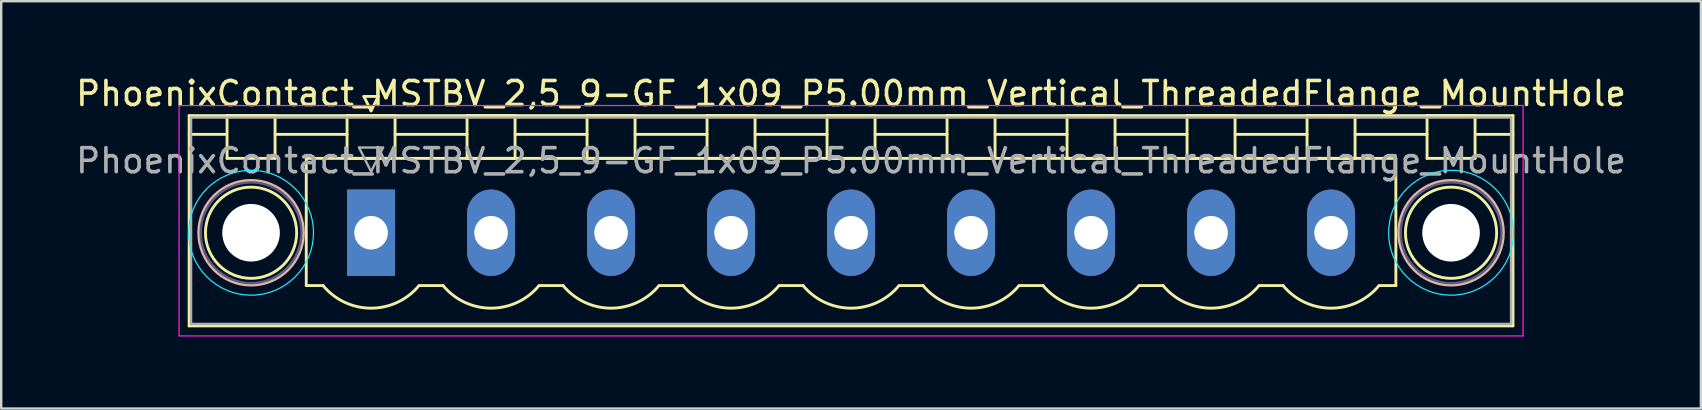
<source format=kicad_pcb>
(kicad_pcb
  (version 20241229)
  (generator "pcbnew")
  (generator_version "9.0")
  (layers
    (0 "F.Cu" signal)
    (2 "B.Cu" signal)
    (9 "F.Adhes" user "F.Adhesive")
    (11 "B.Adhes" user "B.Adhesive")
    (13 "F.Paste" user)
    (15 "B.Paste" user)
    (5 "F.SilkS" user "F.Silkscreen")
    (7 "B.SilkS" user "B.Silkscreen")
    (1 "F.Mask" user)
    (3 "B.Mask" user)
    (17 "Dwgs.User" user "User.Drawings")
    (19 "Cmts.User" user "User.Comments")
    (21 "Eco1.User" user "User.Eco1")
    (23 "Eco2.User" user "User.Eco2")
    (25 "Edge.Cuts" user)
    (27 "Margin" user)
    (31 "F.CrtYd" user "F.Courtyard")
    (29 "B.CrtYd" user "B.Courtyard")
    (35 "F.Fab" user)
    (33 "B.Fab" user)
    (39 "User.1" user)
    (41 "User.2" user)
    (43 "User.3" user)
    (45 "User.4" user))
  (footprint "PhoenixContact_MSTBV_2,5_9-GF_1x09_P5.00mm_Vertical_ThreadedFlange_MountHole"
    (layer "F.Cu")
    (at 12.411 6.648)
    (property "Reference" "PhoenixContact_MSTBV_2,5_9-GF_1x09_P5.00mm_Vertical_ThreadedFlange_MountHole" (at 20 -5.8 0) (layer "F.SilkS") (effects (font (size 1 1) (thickness 0.15))))
    (attr through_hole)
    (fp_line (start -7.58 -4.88) (end -7.58 3.88) (stroke (width 0.12) (type solid)) (layer "F.SilkS"))
    (fp_line (start -7.58 -4.1) (end -6.08 -4.1) (stroke (width 0.12) (type solid)) (layer "F.SilkS"))
    (fp_line (start -7.58 3.88) (end 47.58 3.88) (stroke (width 0.12) (type solid)) (layer "F.SilkS"))
    (fp_line (start -6 -4.88) (end -4 -4.88) (stroke (width 0.12) (type solid)) (layer "F.SilkS"))
    (fp_line (start -6 -3.1) (end -6 -4.88) (stroke (width 0.12) (type solid)) (layer "F.SilkS"))
    (fp_line (start -4 -4.88) (end -4 -3.1) (stroke (width 0.12) (type solid)) (layer "F.SilkS"))
    (fp_line (start -4 -4.1) (end -1 -4.1) (stroke (width 0.12) (type solid)) (layer "F.SilkS"))
    (fp_line (start -4 -3.1) (end -6 -3.1) (stroke (width 0.12) (type solid)) (layer "F.SilkS"))
    (fp_line (start -2.7 -3.1) (end 42.7 -3.1) (stroke (width 0.12) (type solid)) (layer "F.SilkS"))
    (fp_line (start -2.7 2.2) (end -2.7 -3.1) (stroke (width 0.12) (type solid)) (layer "F.SilkS"))
    (fp_line (start -2 2.2) (end -2.7 2.2) (stroke (width 0.12) (type solid)) (layer "F.SilkS"))
    (fp_line (start -1 -4.88) (end 1 -4.88) (stroke (width 0.12) (type solid)) (layer "F.SilkS"))
    (fp_line (start -1 -3.1) (end -1 -4.88) (stroke (width 0.12) (type solid)) (layer "F.SilkS"))
    (fp_line (start -0.3 -5.68) (end 0.3 -5.68) (stroke (width 0.12) (type solid)) (layer "F.SilkS"))
    (fp_line (start 0 -5.08) (end -0.3 -5.68) (stroke (width 0.12) (type solid)) (layer "F.SilkS"))
    (fp_line (start 0.3 -5.68) (end 0 -5.08) (stroke (width 0.12) (type solid)) (layer "F.SilkS"))
    (fp_line (start 1 -4.88) (end 1 -3.1) (stroke (width 0.12) (type solid)) (layer "F.SilkS"))
    (fp_line (start 1 -4.1) (end 4 -4.1) (stroke (width 0.12) (type solid)) (layer "F.SilkS"))
    (fp_line (start 1 -3.1) (end -1 -3.1) (stroke (width 0.12) (type solid)) (layer "F.SilkS"))
    (fp_line (start 2 2.2) (end 3 2.2) (stroke (width 0.12) (type solid)) (layer "F.SilkS"))
    (fp_line (start 4 -4.88) (end 6 -4.88) (stroke (width 0.12) (type solid)) (layer "F.SilkS"))
    (fp_line (start 4 -3.1) (end 4 -4.88) (stroke (width 0.12) (type solid)) (layer "F.SilkS"))
    (fp_line (start 6 -4.88) (end 6 -3.1) (stroke (width 0.12) (type solid)) (layer "F.SilkS"))
    (fp_line (start 6 -4.1) (end 9 -4.1) (stroke (width 0.12) (type solid)) (layer "F.SilkS"))
    (fp_line (start 6 -3.1) (end 4 -3.1) (stroke (width 0.12) (type solid)) (layer "F.SilkS"))
    (fp_line (start 7 2.2) (end 8 2.2) (stroke (width 0.12) (type solid)) (layer "F.SilkS"))
    (fp_line (start 9 -4.88) (end 11 -4.88) (stroke (width 0.12) (type solid)) (layer "F.SilkS"))
    (fp_line (start 9 -3.1) (end 9 -4.88) (stroke (width 0.12) (type solid)) (layer "F.SilkS"))
    (fp_line (start 11 -4.88) (end 11 -3.1) (stroke (width 0.12) (type solid)) (layer "F.SilkS"))
    (fp_line (start 11 -4.1) (end 14 -4.1) (stroke (width 0.12) (type solid)) (layer "F.SilkS"))
    (fp_line (start 11 -3.1) (end 9 -3.1) (stroke (width 0.12) (type solid)) (layer "F.SilkS"))
    (fp_line (start 12 2.2) (end 13 2.2) (stroke (width 0.12) (type solid)) (layer "F.SilkS"))
    (fp_line (start 14 -4.88) (end 16 -4.88) (stroke (width 0.12) (type solid)) (layer "F.SilkS"))
    (fp_line (start 14 -3.1) (end 14 -4.88) (stroke (width 0.12) (type solid)) (layer "F.SilkS"))
    (fp_line (start 16 -4.88) (end 16 -3.1) (stroke (width 0.12) (type solid)) (layer "F.SilkS"))
    (fp_line (start 16 -4.1) (end 19 -4.1) (stroke (width 0.12) (type solid)) (layer "F.SilkS"))
    (fp_line (start 16 -3.1) (end 14 -3.1) (stroke (width 0.12) (type solid)) (layer "F.SilkS"))
    (fp_line (start 17 2.2) (end 18 2.2) (stroke (width 0.12) (type solid)) (layer "F.SilkS"))
    (fp_line (start 19 -4.88) (end 21 -4.88) (stroke (width 0.12) (type solid)) (layer "F.SilkS"))
    (fp_line (start 19 -3.1) (end 19 -4.88) (stroke (width 0.12) (type solid)) (layer "F.SilkS"))
    (fp_line (start 21 -4.88) (end 21 -3.1) (stroke (width 0.12) (type solid)) (layer "F.SilkS"))
    (fp_line (start 21 -4.1) (end 24 -4.1) (stroke (width 0.12) (type solid)) (layer "F.SilkS"))
    (fp_line (start 21 -3.1) (end 19 -3.1) (stroke (width 0.12) (type solid)) (layer "F.SilkS"))
    (fp_line (start 22 2.2) (end 23 2.2) (stroke (width 0.12) (type solid)) (layer "F.SilkS"))
    (fp_line (start 24 -4.88) (end 26 -4.88) (stroke (width 0.12) (type solid)) (layer "F.SilkS"))
    (fp_line (start 24 -3.1) (end 24 -4.88) (stroke (width 0.12) (type solid)) (layer "F.SilkS"))
    (fp_line (start 26 -4.88) (end 26 -3.1) (stroke (width 0.12) (type solid)) (layer "F.SilkS"))
    (fp_line (start 26 -4.1) (end 29 -4.1) (stroke (width 0.12) (type solid)) (layer "F.SilkS"))
    (fp_line (start 26 -3.1) (end 24 -3.1) (stroke (width 0.12) (type solid)) (layer "F.SilkS"))
    (fp_line (start 27 2.2) (end 28 2.2) (stroke (width 0.12) (type solid)) (layer "F.SilkS"))
    (fp_line (start 29 -4.88) (end 31 -4.88) (stroke (width 0.12) (type solid)) (layer "F.SilkS"))
    (fp_line (start 29 -3.1) (end 29 -4.88) (stroke (width 0.12) (type solid)) (layer "F.SilkS"))
    (fp_line (start 31 -4.88) (end 31 -3.1) (stroke (width 0.12) (type solid)) (layer "F.SilkS"))
    (fp_line (start 31 -4.1) (end 34 -4.1) (stroke (width 0.12) (type solid)) (layer "F.SilkS"))
    (fp_line (start 31 -3.1) (end 29 -3.1) (stroke (width 0.12) (type solid)) (layer "F.SilkS"))
    (fp_line (start 32 2.2) (end 33 2.2) (stroke (width 0.12) (type solid)) (layer "F.SilkS"))
    (fp_line (start 34 -4.88) (end 36 -4.88) (stroke (width 0.12) (type solid)) (layer "F.SilkS"))
    (fp_line (start 34 -3.1) (end 34 -4.88) (stroke (width 0.12) (type solid)) (layer "F.SilkS"))
    (fp_line (start 36 -4.88) (end 36 -3.1) (stroke (width 0.12) (type solid)) (layer "F.SilkS"))
    (fp_line (start 36 -4.1) (end 39 -4.1) (stroke (width 0.12) (type solid)) (layer "F.SilkS"))
    (fp_line (start 36 -3.1) (end 34 -3.1) (stroke (width 0.12) (type solid)) (layer "F.SilkS"))
    (fp_line (start 37 2.2) (end 38 2.2) (stroke (width 0.12) (type solid)) (layer "F.SilkS"))
    (fp_line (start 39 -4.88) (end 41 -4.88) (stroke (width 0.12) (type solid)) (layer "F.SilkS"))
    (fp_line (start 39 -3.1) (end 39 -4.88) (stroke (width 0.12) (type solid)) (layer "F.SilkS"))
    (fp_line (start 41 -4.88) (end 41 -3.1) (stroke (width 0.12) (type solid)) (layer "F.SilkS"))
    (fp_line (start 41 -4.1) (end 44 -4.1) (stroke (width 0.12) (type solid)) (layer "F.SilkS"))
    (fp_line (start 41 -3.1) (end 39 -3.1) (stroke (width 0.12) (type solid)) (layer "F.SilkS"))
    (fp_line (start 42.7 -3.1) (end 42.7 2.2) (stroke (width 0.12) (type solid)) (layer "F.SilkS"))
    (fp_line (start 42.7 2.2) (end 42 2.2) (stroke (width 0.12) (type solid)) (layer "F.SilkS"))
    (fp_line (start 44 -4.88) (end 46 -4.88) (stroke (width 0.12) (type solid)) (layer "F.SilkS"))
    (fp_line (start 44 -3.1) (end 44 -4.88) (stroke (width 0.12) (type solid)) (layer "F.SilkS"))
    (fp_line (start 46 -4.88) (end 46 -3.1) (stroke (width 0.12) (type solid)) (layer "F.SilkS"))
    (fp_line (start 46 -3.1) (end 44 -3.1) (stroke (width 0.12) (type solid)) (layer "F.SilkS"))
    (fp_line (start 47.58 -4.88) (end -7.58 -4.88) (stroke (width 0.12) (type solid)) (layer "F.SilkS"))
    (fp_line (start 47.58 -4.1) (end 46.08 -4.1) (stroke (width 0.12) (type solid)) (layer "F.SilkS"))
    (fp_line (start 47.58 3.88) (end 47.58 -4.88) (stroke (width 0.12) (type solid)) (layer "F.SilkS"))
    (fp_arc (start 1.986842 2.215821) (mid -0.010289 3.142758) (end -2 2.2) (stroke (width 0.12) (type solid)) (layer "F.SilkS"))
    (fp_arc (start 6.986842 2.215821) (mid 4.989711 3.142758) (end 3 2.2) (stroke (width 0.12) (type solid)) (layer "F.SilkS"))
    (fp_arc (start 11.986842 2.215821) (mid 9.989711 3.142758) (end 8 2.2) (stroke (width 0.12) (type solid)) (layer "F.SilkS"))
    (fp_arc (start 16.986842 2.215821) (mid 14.989711 3.142758) (end 13 2.2) (stroke (width 0.12) (type solid)) (layer "F.SilkS"))
    (fp_arc (start 21.986842 2.215821) (mid 19.989711 3.142758) (end 18 2.2) (stroke (width 0.12) (type solid)) (layer "F.SilkS"))
    (fp_arc (start 26.986842 2.215821) (mid 24.989711 3.142758) (end 23 2.2) (stroke (width 0.12) (type solid)) (layer "F.SilkS"))
    (fp_arc (start 31.986842 2.215821) (mid 29.989711 3.142758) (end 28 2.2) (stroke (width 0.12) (type solid)) (layer "F.SilkS"))
    (fp_arc (start 36.986842 2.215821) (mid 34.989711 3.142758) (end 33 2.2) (stroke (width 0.12) (type solid)) (layer "F.SilkS"))
    (fp_arc (start 41.986842 2.215821) (mid 39.989711 3.142758) (end 38 2.2) (stroke (width 0.12) (type solid)) (layer "F.SilkS"))
    (fp_circle (center -5 0) (end -3.1 0) (stroke (width 0.12) (type solid)) (fill no) (layer "F.SilkS"))
    (fp_circle (center 45 0) (end 46.9 0) (stroke (width 0.12) (type solid)) (fill no) (layer "F.SilkS"))
    (fp_circle (center -5 0) (end -2.82 0) (stroke (width 0.12) (type solid)) (fill no) (layer "B.SilkS"))
    (fp_circle (center 45 0) (end 47.18 0) (stroke (width 0.12) (type solid)) (fill no) (layer "B.SilkS"))
    (fp_circle (center -5 0) (end -2.4 0) (stroke (width 0.05) (type solid)) (fill no) (layer "B.CrtYd"))
    (fp_circle (center 45 0) (end 47.6 0) (stroke (width 0.05) (type solid)) (fill no) (layer "B.CrtYd"))
    (fp_line (start -8 -5.3) (end -8 4.3) (stroke (width 0.05) (type solid)) (layer "F.CrtYd"))
    (fp_line (start -8 4.3) (end 48 4.3) (stroke (width 0.05) (type solid)) (layer "F.CrtYd"))
    (fp_line (start 48 -5.3) (end -8 -5.3) (stroke (width 0.05) (type solid)) (layer "F.CrtYd"))
    (fp_line (start 48 4.3) (end 48 -5.3) (stroke (width 0.05) (type solid)) (layer "F.CrtYd"))
    (fp_circle (center -5 0) (end -2.9 0) (stroke (width 0.1) (type solid)) (fill no) (layer "B.Fab"))
    (fp_circle (center 45 0) (end 47.1 0) (stroke (width 0.1) (type solid)) (fill no) (layer "B.Fab"))
    (fp_line (start -7.5 -4.8) (end -7.5 3.8) (stroke (width 0.1) (type solid)) (layer "F.Fab"))
    (fp_line (start -7.5 3.8) (end 47.5 3.8) (stroke (width 0.1) (type solid)) (layer "F.Fab"))
    (fp_line (start -0.5 -3.55) (end 0.5 -3.55) (stroke (width 0.1) (type solid)) (layer "F.Fab"))
    (fp_line (start 0 -2.55) (end -0.5 -3.55) (stroke (width 0.1) (type solid)) (layer "F.Fab"))
    (fp_line (start 0.5 -3.55) (end 0 -2.55) (stroke (width 0.1) (type solid)) (layer "F.Fab"))
    (fp_line (start 47.5 -4.8) (end -7.5 -4.8) (stroke (width 0.1) (type solid)) (layer "F.Fab"))
    (fp_line (start 47.5 3.8) (end 47.5 -4.8) (stroke (width 0.1) (type solid)) (layer "F.Fab"))
    (fp_text user "${REFERENCE}" (at 20 -3 0) (layer "F.Fab") (effects (font (size 1 1) (thickness 0.15))))
    (pad "" np_thru_hole circle (at -5 0) (size 2.4 2.4) (drill 2.4) (layers "*.Cu" "*.Mask"))
    (pad "" np_thru_hole circle (at 45 0) (size 2.4 2.4) (drill 2.4) (layers "*.Cu" "*.Mask"))
    (pad "1" thru_hole rect (at 0 0) (size 2 3.6) (drill 1.4) (layers "*.Cu" "*.Mask"))
    (pad "2" thru_hole oval (at 5 0) (size 2 3.6) (drill 1.4) (layers "*.Cu" "*.Mask"))
    (pad "3" thru_hole oval (at 10 0) (size 2 3.6) (drill 1.4) (layers "*.Cu" "*.Mask"))
    (pad "4" thru_hole oval (at 15 0) (size 2 3.6) (drill 1.4) (layers "*.Cu" "*.Mask"))
    (pad "5" thru_hole oval (at 20 0) (size 2 3.6) (drill 1.4) (layers "*.Cu" "*.Mask"))
    (pad "6" thru_hole oval (at 25 0) (size 2 3.6) (drill 1.4) (layers "*.Cu" "*.Mask"))
    (pad "7" thru_hole oval (at 30 0) (size 2 3.6) (drill 1.4) (layers "*.Cu" "*.Mask"))
    (pad "8" thru_hole oval (at 35 0) (size 2 3.6) (drill 1.4) (layers "*.Cu" "*.Mask"))
    (pad "9" thru_hole oval (at 40 0) (size 2 3.6) (drill 1.4) (layers "*.Cu" "*.Mask")))
  (gr_rect
    (start -3 -3)
    (end 67.821 13.973)
    (stroke (width 0.1) (type default))
    (fill no)
    (layer "Edge.Cuts")))
</source>
